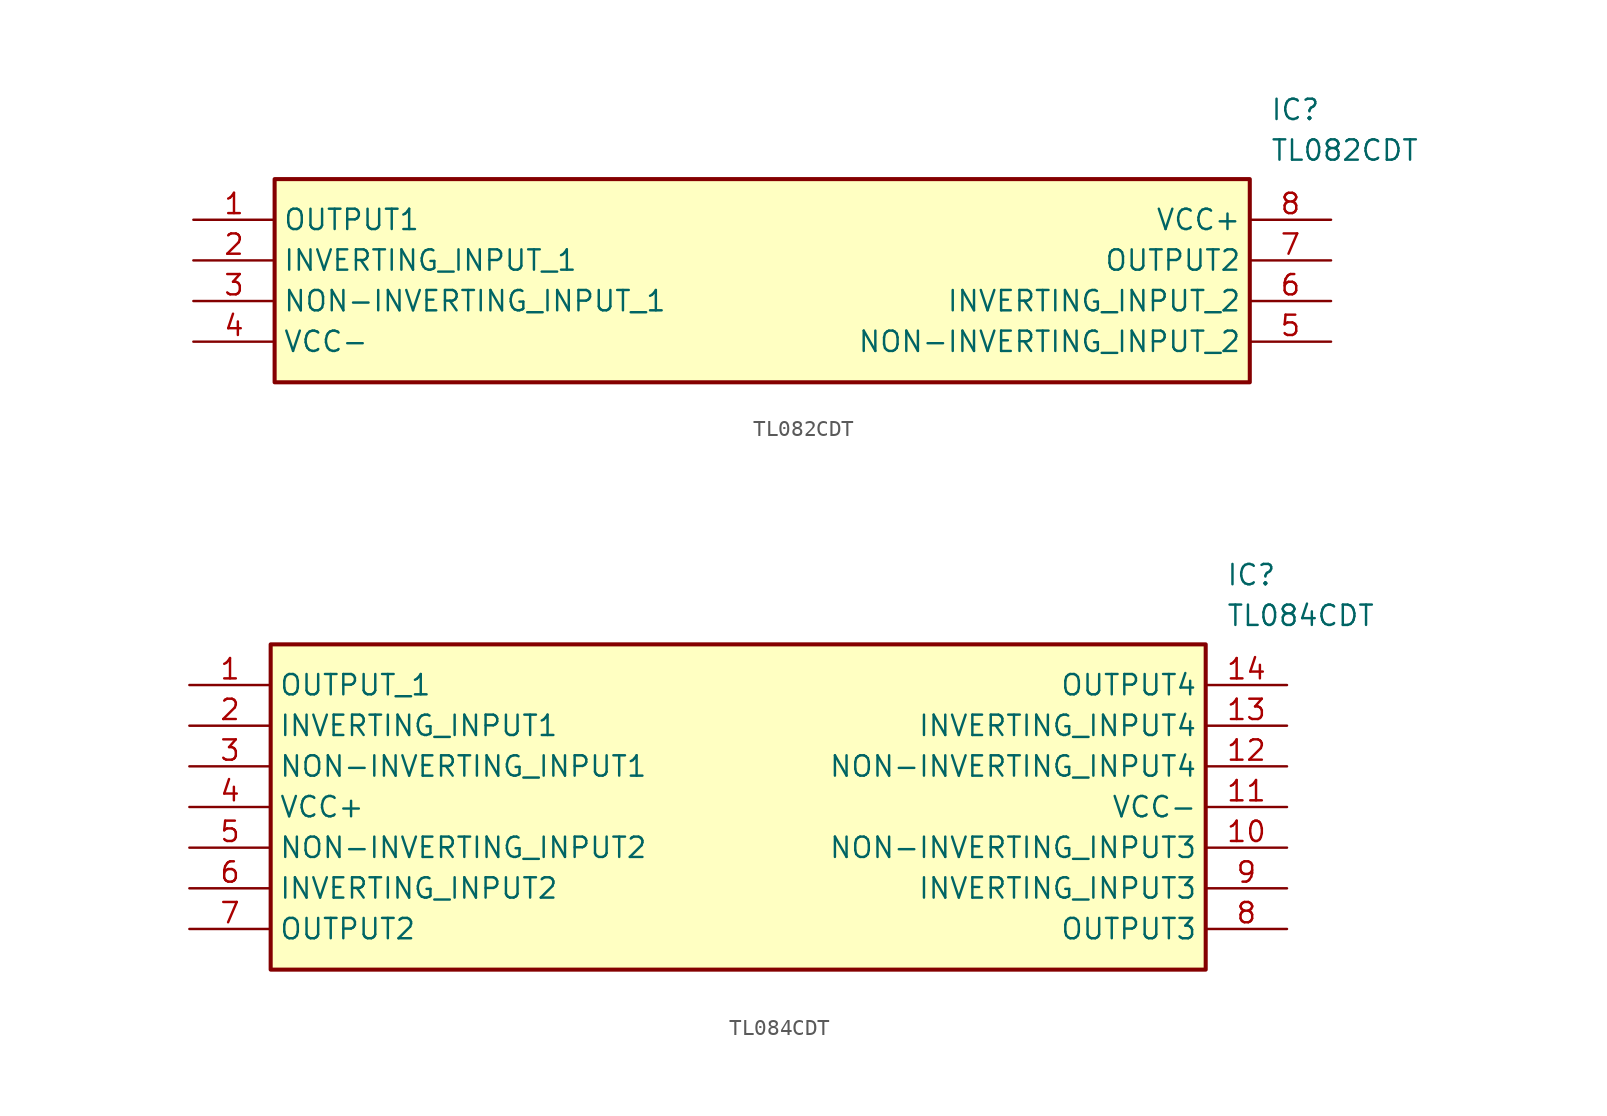
<source format=kicad_sym>
(kicad_symbol_lib
  (version 20220914)
  (generator SamacSys_ECAD_Model)
  (symbol "TL082CDT"
    (property "Reference" "IC"
      (at 67.31 7.62 0)
      (effects (font (size 1.27 1.27)) (justify left top)))
    (property "Value" "TL082CDT"
      (at 67.31 5.08 0)
      (effects (font (size 1.27 1.27)) (justify left top)))
    (rectangle
      (start 5.08 2.54)
      (end 66.04 -10.16)
      (stroke (width 0.254) (type default))
      (fill (type background)))
    (pin passive line
      (at 0 0 0)
      (length 5.08)
      (name "OUTPUT1" (effects (font (size 1.27 1.27))))
      (number "1" (effects (font (size 1.27 1.27)))))
    (pin passive line
      (at 0 -2.54 0)
      (length 5.08)
      (name "INVERTING_INPUT_1" (effects (font (size 1.27 1.27))))
      (number "2" (effects (font (size 1.27 1.27)))))
    (pin passive line
      (at 0 -5.08 0)
      (length 5.08)
      (name "NON-INVERTING_INPUT_1" (effects (font (size 1.27 1.27))))
      (number "3" (effects (font (size 1.27 1.27)))))
    (pin passive line
      (at 0 -7.62 0)
      (length 5.08)
      (name "VCC-" (effects (font (size 1.27 1.27))))
      (number "4" (effects (font (size 1.27 1.27)))))
    (pin passive line
      (at 71.12 0 180)
      (length 5.08)
      (name "VCC+" (effects (font (size 1.27 1.27))))
      (number "8" (effects (font (size 1.27 1.27)))))
    (pin passive line
      (at 71.12 -2.54 180)
      (length 5.08)
      (name "OUTPUT2" (effects (font (size 1.27 1.27))))
      (number "7" (effects (font (size 1.27 1.27)))))
    (pin passive line
      (at 71.12 -5.08 180)
      (length 5.08)
      (name "INVERTING_INPUT_2" (effects (font (size 1.27 1.27))))
      (number "6" (effects (font (size 1.27 1.27)))))
    (pin passive line
      (at 71.12 -7.62 180)
      (length 5.08)
      (name "NON-INVERTING_INPUT_2" (effects (font (size 1.27 1.27))))
      (number "5" (effects (font (size 1.27 1.27))))))
  (symbol "TL084CDT"
    (property "Reference" "IC"
      (at 64.77 7.62 0)
      (effects (font (size 1.27 1.27)) (justify left top)))
    (property "Value" "TL084CDT"
      (at 64.77 5.08 0)
      (effects (font (size 1.27 1.27)) (justify left top)))
    (rectangle
      (start 5.08 2.54)
      (end 63.5 -17.78)
      (stroke (width 0.254) (type default))
      (fill (type background)))
    (pin passive line
      (at 0 0 0)
      (length 5.08)
      (name "OUTPUT_1" (effects (font (size 1.27 1.27))))
      (number "1" (effects (font (size 1.27 1.27)))))
    (pin passive line
      (at 0 -2.54 0)
      (length 5.08)
      (name "INVERTING_INPUT1" (effects (font (size 1.27 1.27))))
      (number "2" (effects (font (size 1.27 1.27)))))
    (pin passive line
      (at 0 -5.08 0)
      (length 5.08)
      (name "NON-INVERTING_INPUT1" (effects (font (size 1.27 1.27))))
      (number "3" (effects (font (size 1.27 1.27)))))
    (pin passive line
      (at 0 -7.62 0)
      (length 5.08)
      (name "VCC+" (effects (font (size 1.27 1.27))))
      (number "4" (effects (font (size 1.27 1.27)))))
    (pin passive line
      (at 0 -10.16 0)
      (length 5.08)
      (name "NON-INVERTING_INPUT2" (effects (font (size 1.27 1.27))))
      (number "5" (effects (font (size 1.27 1.27)))))
    (pin passive line
      (at 0 -12.7 0)
      (length 5.08)
      (name "INVERTING_INPUT2" (effects (font (size 1.27 1.27))))
      (number "6" (effects (font (size 1.27 1.27)))))
    (pin passive line
      (at 0 -15.24 0)
      (length 5.08)
      (name "OUTPUT2" (effects (font (size 1.27 1.27))))
      (number "7" (effects (font (size 1.27 1.27)))))
    (pin passive line
      (at 68.58 0 180)
      (length 5.08)
      (name "OUTPUT4" (effects (font (size 1.27 1.27))))
      (number "14" (effects (font (size 1.27 1.27)))))
    (pin passive line
      (at 68.58 -2.54 180)
      (length 5.08)
      (name "INVERTING_INPUT4" (effects (font (size 1.27 1.27))))
      (number "13" (effects (font (size 1.27 1.27)))))
    (pin passive line
      (at 68.58 -5.08 180)
      (length 5.08)
      (name "NON-INVERTING_INPUT4" (effects (font (size 1.27 1.27))))
      (number "12" (effects (font (size 1.27 1.27)))))
    (pin passive line
      (at 68.58 -7.62 180)
      (length 5.08)
      (name "VCC-" (effects (font (size 1.27 1.27))))
      (number "11" (effects (font (size 1.27 1.27)))))
    (pin passive line
      (at 68.58 -10.16 180)
      (length 5.08)
      (name "NON-INVERTING_INPUT3" (effects (font (size 1.27 1.27))))
      (number "10" (effects (font (size 1.27 1.27)))))
    (pin passive line
      (at 68.58 -12.7 180)
      (length 5.08)
      (name "INVERTING_INPUT3" (effects (font (size 1.27 1.27))))
      (number "9" (effects (font (size 1.27 1.27)))))
    (pin passive line
      (at 68.58 -15.24 180)
      (length 5.08)
      (name "OUTPUT3" (effects (font (size 1.27 1.27))))
      (number "8" (effects (font (size 1.27 1.27)))))))
</source>
